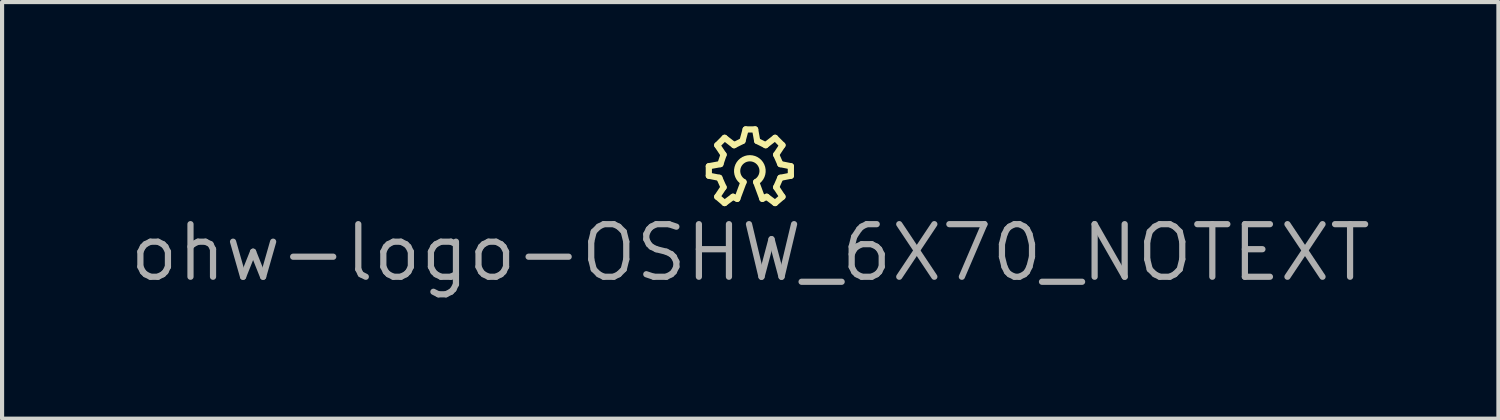
<source format=kicad_pcb>
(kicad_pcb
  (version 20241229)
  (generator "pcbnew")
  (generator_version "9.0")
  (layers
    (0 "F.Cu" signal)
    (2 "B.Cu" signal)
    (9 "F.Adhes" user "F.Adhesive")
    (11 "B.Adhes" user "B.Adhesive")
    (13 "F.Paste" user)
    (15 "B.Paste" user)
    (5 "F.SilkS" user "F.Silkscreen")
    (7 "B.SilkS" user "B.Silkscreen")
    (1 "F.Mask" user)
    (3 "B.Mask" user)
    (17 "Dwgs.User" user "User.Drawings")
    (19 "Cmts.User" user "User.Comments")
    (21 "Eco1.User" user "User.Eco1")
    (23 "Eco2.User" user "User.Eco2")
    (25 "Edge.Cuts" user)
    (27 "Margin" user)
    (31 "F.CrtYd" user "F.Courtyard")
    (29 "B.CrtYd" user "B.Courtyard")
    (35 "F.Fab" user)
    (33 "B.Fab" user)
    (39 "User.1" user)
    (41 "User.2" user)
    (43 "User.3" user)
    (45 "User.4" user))
  (footprint "ohw-logo-OSHW_6X70_NOTEXT"
    (layer "F.Cu")
    (at 15.066 1.053)
    (property "Reference" "ohw-logo-OSHW_6X70_NOTEXT" (at 0 2 0) (layer "F.Fab") (effects (font (size 1.27 1.27) (thickness 0.15))))
    (attr exclude_from_pos_files exclude_from_bom)
    (fp_line (start -1 -0.089) (end -0.721 -0.14) (stroke (width 0.15) (type solid)) (layer "F.SilkS"))
    (fp_line (start -1 0.14) (end -1 -0.089) (stroke (width 0.15) (type solid)) (layer "F.SilkS"))
    (fp_line (start -0.797 -0.597) (end -0.619 -0.775) (stroke (width 0.15) (type solid)) (layer "F.SilkS"))
    (fp_line (start -0.797 0.648) (end -0.644 0.419) (stroke (width 0.15) (type solid)) (layer "F.SilkS"))
    (fp_line (start -0.746 0.19) (end -1 0.14) (stroke (width 0.15) (type solid)) (layer "F.SilkS"))
    (fp_line (start -0.721 -0.14) (end -0.644 -0.368) (stroke (width 0.15) (type solid)) (layer "F.SilkS"))
    (fp_line (start -0.644 -0.368) (end -0.797 -0.597) (stroke (width 0.15) (type solid)) (layer "F.SilkS"))
    (fp_line (start -0.644 0.419) (end -0.746 0.19) (stroke (width 0.15) (type solid)) (layer "F.SilkS"))
    (fp_line (start -0.619 -0.775) (end -0.39 -0.597) (stroke (width 0.15) (type solid)) (layer "F.SilkS"))
    (fp_line (start -0.619 0.8) (end -0.797 0.648) (stroke (width 0.15) (type solid)) (layer "F.SilkS"))
    (fp_line (start -0.416 0.648) (end -0.619 0.8) (stroke (width 0.15) (type solid)) (layer "F.SilkS"))
    (fp_line (start -0.39 -0.597) (end -0.187 -0.699) (stroke (width 0.15) (type solid)) (layer "F.SilkS"))
    (fp_line (start -0.314 0.698) (end -0.416 0.648) (stroke (width 0.15) (type solid)) (layer "F.SilkS"))
    (fp_line (start -0.187 -0.699) (end -0.111 -0.978) (stroke (width 0.15) (type solid)) (layer "F.SilkS"))
    (fp_line (start -0.162 0.292) (end -0.314 0.698) (stroke (width 0.15) (type solid)) (layer "F.SilkS"))
    (fp_line (start -0.111 -0.978) (end 0.118 -0.978) (stroke (width 0.15) (type solid)) (layer "F.SilkS"))
    (fp_line (start 0.118 -0.978) (end 0.168 -0.699) (stroke (width 0.15) (type solid)) (layer "F.SilkS"))
    (fp_line (start 0.168 -0.699) (end 0.372 -0.597) (stroke (width 0.15) (type solid)) (layer "F.SilkS"))
    (fp_line (start 0.293 0.698) (end 0.143 0.292) (stroke (width 0.15) (type solid)) (layer "F.SilkS"))
    (fp_line (start 0.372 -0.597) (end 0.6 -0.775) (stroke (width 0.15) (type solid)) (layer "F.SilkS"))
    (fp_line (start 0.397 0.648) (end 0.293 0.698) (stroke (width 0.15) (type solid)) (layer "F.SilkS"))
    (fp_line (start 0.6 -0.775) (end 0.778 -0.597) (stroke (width 0.15) (type solid)) (layer "F.SilkS"))
    (fp_line (start 0.6 0.8) (end 0.397 0.648) (stroke (width 0.15) (type solid)) (layer "F.SilkS"))
    (fp_line (start 0.626 -0.368) (end 0.727 -0.14) (stroke (width 0.15) (type solid)) (layer "F.SilkS"))
    (fp_line (start 0.626 0.419) (end 0.778 0.648) (stroke (width 0.15) (type solid)) (layer "F.SilkS"))
    (fp_line (start 0.727 -0.14) (end 0.981 -0.089) (stroke (width 0.15) (type solid)) (layer "F.SilkS"))
    (fp_line (start 0.727 0.19) (end 0.626 0.419) (stroke (width 0.15) (type solid)) (layer "F.SilkS"))
    (fp_line (start 0.778 -0.597) (end 0.626 -0.368) (stroke (width 0.15) (type solid)) (layer "F.SilkS"))
    (fp_line (start 0.778 0.648) (end 0.6 0.8) (stroke (width 0.15) (type solid)) (layer "F.SilkS"))
    (fp_line (start 0.981 -0.089) (end 0.981 0.14) (stroke (width 0.15) (type solid)) (layer "F.SilkS"))
    (fp_line (start 0.981 0.14) (end 0.727 0.19) (stroke (width 0.15) (type solid)) (layer "F.SilkS"))
    (fp_arc (start -0.1618 0.292) (mid -0.009428 -0.281872) (end 0.143048 0.291973) (stroke (width 0.15) (type solid)) (layer "F.SilkS")))
  (gr_rect
    (start -3 -3)
    (end 33.132 7.059)
    (stroke (width 0.1) (type default))
    (fill no)
    (layer "Edge.Cuts")))
</source>
